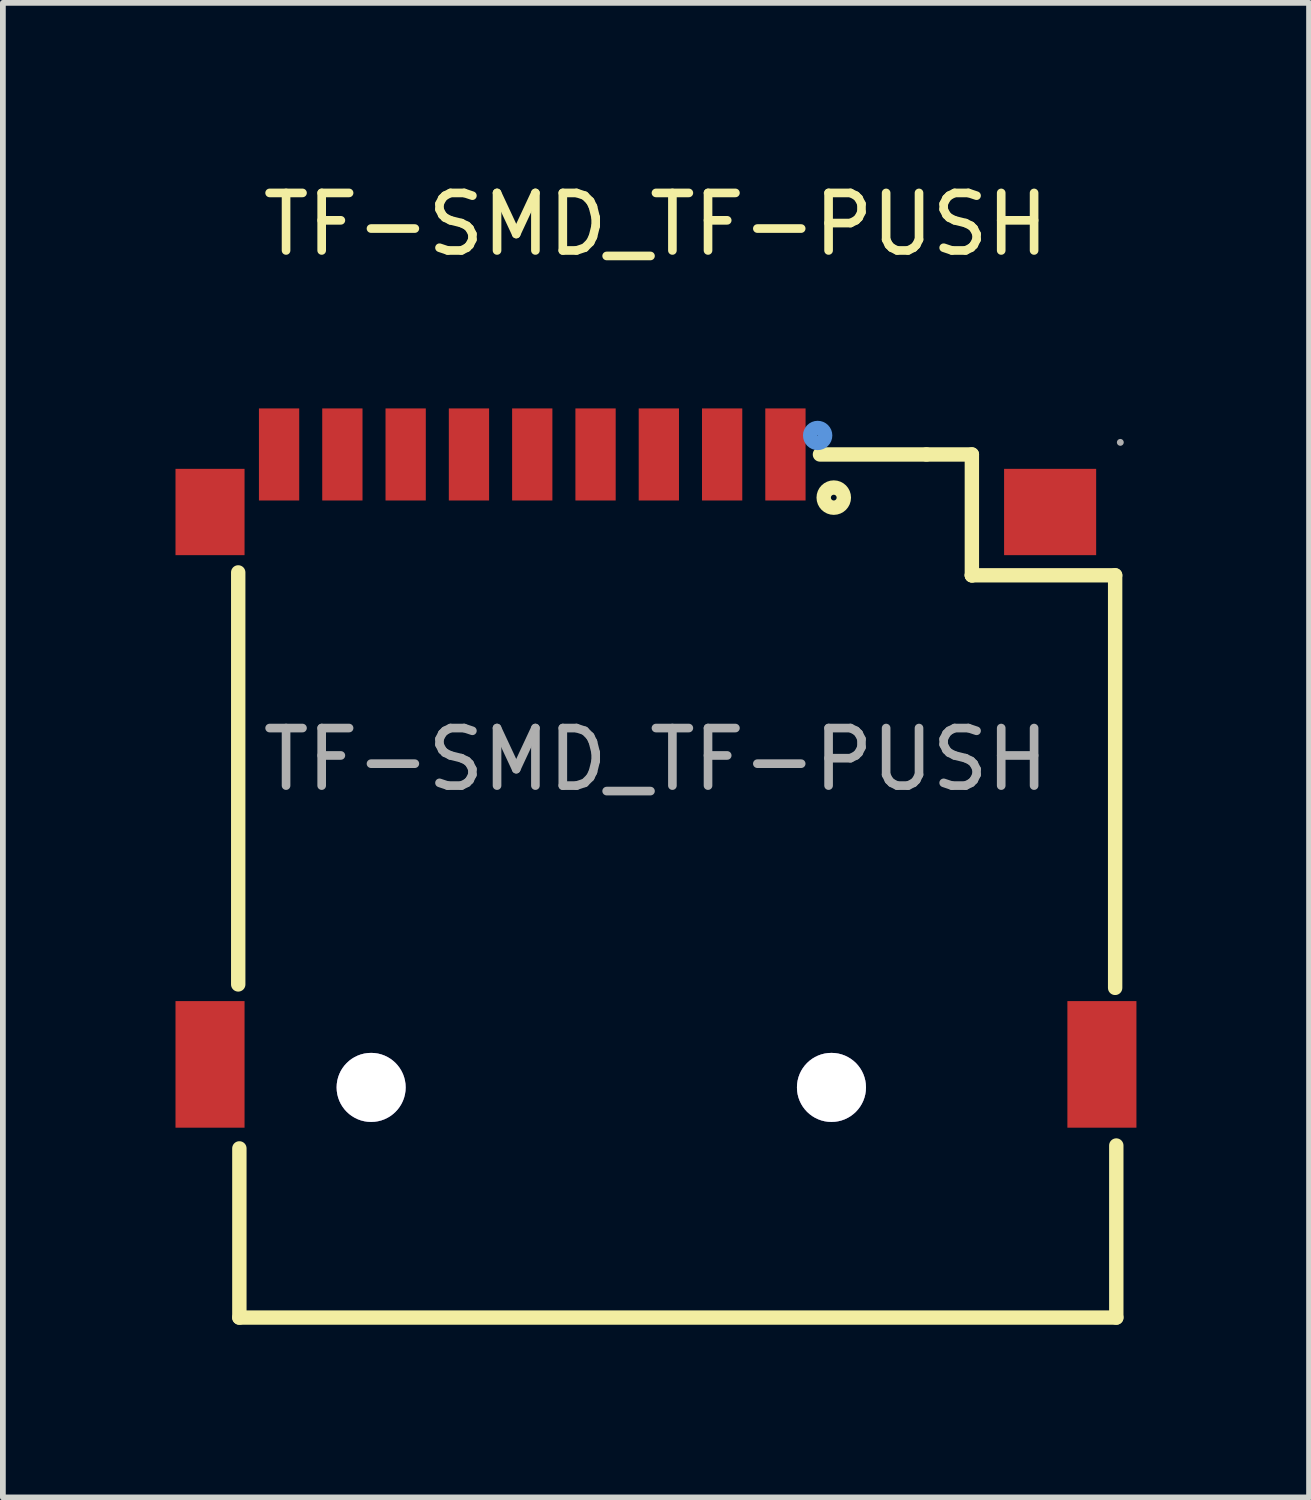
<source format=kicad_pcb>
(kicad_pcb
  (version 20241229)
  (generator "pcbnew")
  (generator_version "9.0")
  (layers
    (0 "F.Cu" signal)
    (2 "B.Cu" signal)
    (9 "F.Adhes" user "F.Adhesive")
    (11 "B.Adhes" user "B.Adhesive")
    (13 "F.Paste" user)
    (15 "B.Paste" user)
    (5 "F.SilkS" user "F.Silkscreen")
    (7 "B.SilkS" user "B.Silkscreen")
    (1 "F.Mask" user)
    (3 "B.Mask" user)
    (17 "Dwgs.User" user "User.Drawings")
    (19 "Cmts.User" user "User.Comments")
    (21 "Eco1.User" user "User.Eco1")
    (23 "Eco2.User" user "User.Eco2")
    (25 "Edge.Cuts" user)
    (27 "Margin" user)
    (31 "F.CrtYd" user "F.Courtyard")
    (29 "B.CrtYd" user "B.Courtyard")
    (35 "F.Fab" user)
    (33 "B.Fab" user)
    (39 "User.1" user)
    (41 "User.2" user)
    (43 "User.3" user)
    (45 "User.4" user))
  (footprint "TF-SMD_TF-PUSH"
    (layer "F.Cu")
    (at 8.35 10.148)
    (property "Reference" "TF-SMD_TF-PUSH" (at 0 -9.3 0) (layer "F.SilkS") (effects (font (size 1 1) (thickness 0.15))))
    (attr smd)
    (fp_line (start -7.26 -3.25) (end -7.26 3.91) (stroke (width 0.25) (type solid)) (layer "F.SilkS"))
    (fp_line (start -7.24 9.7) (end -7.24 6.76) (stroke (width 0.25) (type solid)) (layer "F.SilkS"))
    (fp_line (start -7.24 9.7) (end 8 9.7) (stroke (width 0.25) (type solid)) (layer "F.SilkS"))
    (fp_line (start 4.7 -5.3) (end 2.85 -5.3) (stroke (width 0.25) (type solid)) (layer "F.SilkS"))
    (fp_line (start 4.7 -5.3) (end 5.49 -5.3) (stroke (width 0.25) (type solid)) (layer "F.SilkS"))
    (fp_line (start 5.49 -5.3) (end 5.49 -3.2) (stroke (width 0.25) (type solid)) (layer "F.SilkS"))
    (fp_line (start 5.49 -3.2) (end 5.5 -3.2) (stroke (width 0.25) (type solid)) (layer "F.SilkS"))
    (fp_line (start 7.98 -3.2) (end 5.49 -3.2) (stroke (width 0.25) (type solid)) (layer "F.SilkS"))
    (fp_line (start 7.98 3.97) (end 7.98 -3.2) (stroke (width 0.25) (type solid)) (layer "F.SilkS"))
    (fp_line (start 8 9.7) (end 8 6.71) (stroke (width 0.25) (type solid)) (layer "F.SilkS"))
    (fp_circle (center 3.09 -4.55) (end 3.14 -4.55) (stroke (width 0.25) (type solid)) (fill no) (layer "F.SilkS"))
    (fp_circle (center -4.95 5.7) (end -4.75 5.7) (stroke (width 0.4) (type solid)) (fill no) (layer "Cmts.User"))
    (fp_circle (center 2.81 -5.63) (end 2.94 -5.63) (stroke (width 0.25) (type solid)) (fill no) (layer "Cmts.User"))
    (fp_circle (center 3.05 5.7) (end 3.25 5.7) (stroke (width 0.4) (type solid)) (fill no) (layer "Cmts.User"))
    (fp_circle (center 8.07 -5.51) (end 8.1 -5.51) (stroke (width 0.06) (type solid)) (fill no) (layer "F.Fab"))
    (fp_text user "${REFERENCE}" (at 0 0 0) (layer "F.Fab") (effects (font (size 1 1) (thickness 0.15))))
    (pad "" thru_hole circle (at -4.95 5.7) (size 1.2 1.2) (drill 1.2) (layers "*.Cu" "*.Mask"))
    (pad "" thru_hole circle (at 3.05 5.7) (size 1.2 1.2) (drill 1.2) (layers "*.Cu" "*.Mask"))
    (pad "1" smd rect (at 2.25 -5.3) (size 0.7 1.6) (layers "F.Cu" "F.Mask" "F.Paste"))
    (pad "2" smd rect (at 1.15 -5.3) (size 0.7 1.6) (layers "F.Cu" "F.Mask" "F.Paste"))
    (pad "3" smd rect (at 0.05 -5.3) (size 0.7 1.6) (layers "F.Cu" "F.Mask" "F.Paste"))
    (pad "4" smd rect (at -1.05 -5.3) (size 0.7 1.6) (layers "F.Cu" "F.Mask" "F.Paste"))
    (pad "5" smd rect (at -2.15 -5.3) (size 0.7 1.6) (layers "F.Cu" "F.Mask" "F.Paste"))
    (pad "6" smd rect (at -3.25 -5.3) (size 0.7 1.6) (layers "F.Cu" "F.Mask" "F.Paste"))
    (pad "7" smd rect (at -4.35 -5.3) (size 0.7 1.6) (layers "F.Cu" "F.Mask" "F.Paste"))
    (pad "8" smd rect (at -5.45 -5.3) (size 0.7 1.6) (layers "F.Cu" "F.Mask" "F.Paste"))
    (pad "10" smd rect (at -7.75 -4.3) (size 1.2 1.5) (layers "F.Cu" "F.Mask" "F.Paste"))
    (pad "11" smd rect (at -7.75 5.3) (size 1.2 2.2) (layers "F.Cu" "F.Mask" "F.Paste"))
    (pad "12" smd rect (at 7.75 5.3) (size 1.2 2.2) (layers "F.Cu" "F.Mask" "F.Paste"))
    (pad "13" smd rect (at 6.85 -4.3) (size 1.6 1.5) (layers "F.Cu" "F.Mask" "F.Paste"))
    (pad "CD" smd rect (at -6.55 -5.3) (size 0.7 1.6) (layers "F.Cu" "F.Mask" "F.Paste")))
  (gr_rect
    (start -3 -3)
    (end 19.7 22.973)
    (stroke (width 0.1) (type default))
    (fill no)
    (layer "Edge.Cuts")))
</source>
